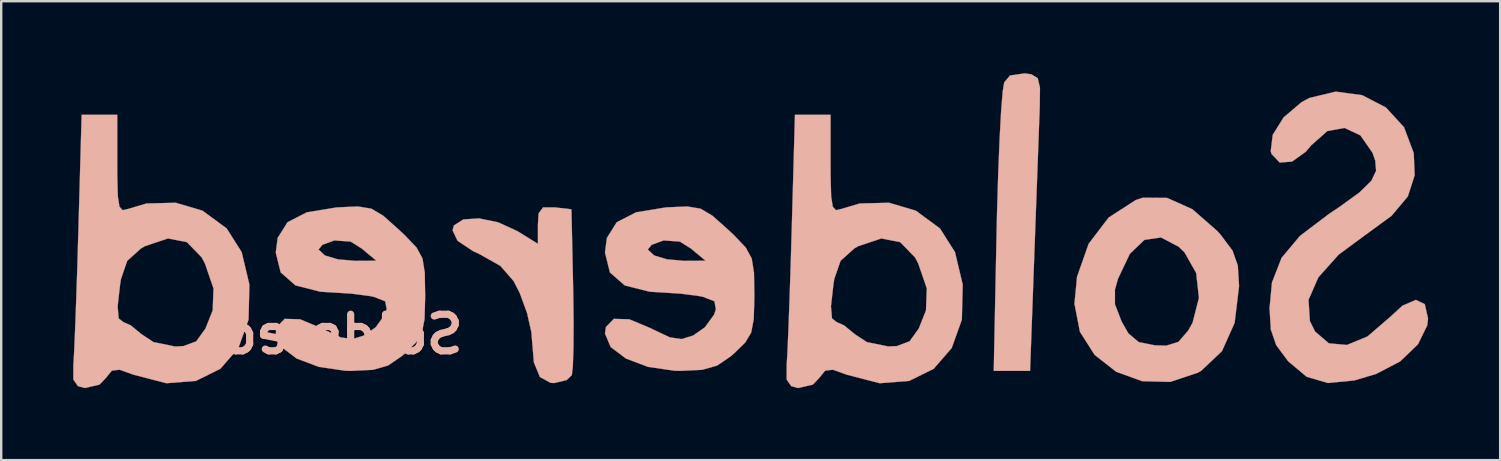
<source format=kicad_pcb>
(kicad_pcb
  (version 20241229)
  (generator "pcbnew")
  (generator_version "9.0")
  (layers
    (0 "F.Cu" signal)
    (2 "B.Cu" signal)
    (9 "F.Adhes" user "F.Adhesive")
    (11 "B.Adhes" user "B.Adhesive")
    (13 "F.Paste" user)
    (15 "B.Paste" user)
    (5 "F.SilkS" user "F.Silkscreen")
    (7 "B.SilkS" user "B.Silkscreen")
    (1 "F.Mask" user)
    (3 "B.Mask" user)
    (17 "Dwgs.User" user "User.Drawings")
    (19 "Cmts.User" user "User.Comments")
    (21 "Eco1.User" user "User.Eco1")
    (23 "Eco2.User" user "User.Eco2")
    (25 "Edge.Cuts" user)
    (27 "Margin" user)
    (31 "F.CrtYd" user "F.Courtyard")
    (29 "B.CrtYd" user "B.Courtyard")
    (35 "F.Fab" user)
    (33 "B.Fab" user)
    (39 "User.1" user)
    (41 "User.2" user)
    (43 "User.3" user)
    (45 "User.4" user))
  (footprint "Soldered"
    (layer "F.Cu")
    (at 28.983 8.807)
    (property "Reference" "Soldered" (at -17.75 2.07 180) (layer "B.SilkS") (effects (font (size 1.524 1.524) (thickness 0.3)) (justify mirror)))
    (attr through_hole)
    (fp_poly (pts (xy 10.044 -8.71) (xy 9.803 -8.421) (xy 9.741 -8.043) (xy 9.676 -7.235) (xy 9.613 -6.078) (xy 9.555 -4.65) (xy 9.506 -3.03) (xy 9.487 -2.184) (xy 9.368 3.594) (xy 10.882 3.594) (xy 11.061 -1.296) (xy 11.12 -2.918) (xy 11.177 -4.453) (xy 11.226 -5.796) (xy 11.264 -6.839) (xy 11.287 -7.455) (xy 11.294 -8.211) (xy 11.201 -8.599) (xy 10.944 -8.758) (xy 10.667 -8.802) (xy 10.044 -8.71)) (stroke (width 0.01) (type solid)) (fill yes) (layer "B.SilkS"))
    (fp_poly (pts (xy -9.408 -3.217) (xy -9.595 -2.965) (xy -9.622 -2.498) (xy -9.622 -1.699) (xy -10.477 -2.227) (xy -11.278 -2.595) (xy -12.073 -2.758) (xy -12.731 -2.715) (xy -13.123 -2.464) (xy -13.178 -2.26) (xy -12.971 -1.825) (xy -12.318 -1.391) (xy -12.027 -1.255) (xy -11.185 -0.778) (xy -10.637 -0.148) (xy -10.382 0.345) (xy -10.074 1.185) (xy -9.895 1.981) (xy -9.878 2.197) (xy -9.791 3.239) (xy -9.54 3.85) (xy -9.097 4.092) (xy -8.949 4.102) (xy -8.428 3.98) (xy -8.209 3.771) (xy -8.167 3.403) (xy -8.141 2.635) (xy -8.135 1.574) (xy -8.15 0.328) (xy -8.154 0.152) (xy -8.225 -3.137) (xy -8.924 -3.217) (xy -9.408 -3.217)) (stroke (width 0.01) (type solid)) (fill yes) (layer "B.SilkS"))
    (fp_poly (pts (xy 15.285 -3.524) (xy 14.153 -2.793) (xy 13.322 -1.7) (xy 12.838 -0.326) (xy 12.731 0.798) (xy 12.958 1.965) (xy 13.57 2.927) (xy 14.467 3.631) (xy 15.55 4.024) (xy 16.719 4.054) (xy 17.874 3.669) (xy 18.016 3.587) (xy 18.878 2.77) (xy 19.406 1.588) (xy 19.53 0.553) (xy 17.917 0.553) (xy 17.652 1.589) (xy 17.471 1.914) (xy 17.064 2.386) (xy 16.554 2.543) (xy 16.08 2.529) (xy 15.408 2.395) (xy 14.98 2.036) (xy 14.697 1.54) (xy 14.418 0.819) (xy 14.419 0.204) (xy 14.543 -0.238) (xy 15.038 -1.282) (xy 15.646 -1.862) (xy 16.336 -1.965) (xy 17.073 -1.577) (xy 17.315 -1.345) (xy 17.802 -0.485) (xy 17.917 0.553) (xy 19.53 0.553) (xy 19.588 0.068) (xy 19.588 0.047) (xy 19.537 -0.795) (xy 19.316 -1.417) (xy 18.829 -2.068) (xy 18.682 -2.233) (xy 17.643 -3.141) (xy 16.59 -3.612) (xy 15.584 -3.621) (xy 15.285 -3.524)) (stroke (width 0.01) (type solid)) (fill yes) (layer "B.SilkS"))
    (fp_poly (pts (xy 22.515 -7.775) (xy 22.186 -7.597) (xy 21.445 -6.965) (xy 20.992 -6.241) (xy 20.908 -5.561) (xy 20.944 -5.439) (xy 21.283 -5.085) (xy 21.796 -5.125) (xy 22.37 -5.536) (xy 22.596 -5.804) (xy 23.267 -6.397) (xy 23.983 -6.527) (xy 24.643 -6.218) (xy 25.148 -5.494) (xy 25.263 -5.169) (xy 25.298 -4.741) (xy 25.099 -4.322) (xy 24.602 -3.838) (xy 23.743 -3.215) (xy 23.326 -2.938) (xy 22.127 -2.03) (xy 21.36 -1.115) (xy 20.96 -0.089) (xy 20.859 0.982) (xy 20.913 1.875) (xy 21.135 2.52) (xy 21.615 3.168) (xy 21.646 3.204) (xy 22.407 3.842) (xy 23.292 4.1) (xy 24.394 3.992) (xy 25.303 3.72) (xy 26.297 3.202) (xy 27.042 2.489) (xy 27.43 1.696) (xy 27.462 1.413) (xy 27.327 0.815) (xy 26.954 0.637) (xy 26.395 0.879) (xy 25.84 1.386) (xy 24.939 2.16) (xy 24.081 2.515) (xy 23.331 2.447) (xy 22.754 1.954) (xy 22.539 1.517) (xy 22.483 0.633) (xy 22.894 -0.306) (xy 23.741 -1.251) (xy 24.817 -2.045) (xy 25.942 -2.866) (xy 26.621 -3.674) (xy 26.905 -4.555) (xy 26.867 -5.478) (xy 26.461 -6.557) (xy 25.707 -7.379) (xy 24.72 -7.891) (xy 23.617 -8.04) (xy 22.515 -7.775)) (stroke (width 0.01) (type solid)) (fill yes) (layer "B.SilkS"))
    (fp_poly (pts (xy -28.766 -2.312) (xy -28.812 -0.742) (xy -28.861 0.709) (xy -28.907 1.942) (xy -28.947 2.859) (xy -28.976 3.34) (xy -28.978 3.954) (xy -28.786 4.23) (xy -28.494 4.309) (xy -27.884 4.165) (xy -27.626 3.895) (xy -27.372 3.584) (xy -27.047 3.547) (xy -26.479 3.752) (xy -25.1 4.109) (xy -23.871 4.012) (xy -22.852 3.508) (xy -22.101 2.643) (xy -21.678 1.463) (xy -21.646 0.161) (xy -23.138 0.161) (xy -23.173 1.076) (xy -23.472 1.829) (xy -23.857 2.364) (xy -24.393 2.562) (xy -24.742 2.578) (xy -25.639 2.395) (xy -26.132 2.07) (xy -26.587 1.697) (xy -26.894 1.562) (xy -27.089 1.408) (xy -27.132 0.904) (xy -27.028 -0.013) (xy -26.992 -0.236) (xy -26.733 -0.989) (xy -26.162 -1.505) (xy -25.995 -1.601) (xy -25.035 -1.923) (xy -24.247 -1.768) (xy -23.633 -1.137) (xy -23.495 -0.879) (xy -23.138 0.161) (xy -21.646 0.161) (xy -21.643 0.014) (xy -21.646 -0.016) (xy -21.963 -1.352) (xy -22.588 -2.338) (xy -23.582 -3.07) (xy -23.61 -3.084) (xy -24.711 -3.41) (xy -25.929 -3.38) (xy -26.703 -3.151) (xy -26.923 -3.1) (xy -27.056 -3.245) (xy -27.123 -3.675) (xy -27.146 -4.48) (xy -27.148 -5.015) (xy -27.148 -7.074) (xy -28.632 -7.074) (xy -28.766 -2.312)) (stroke (width 0.01) (type solid)) (fill yes) (layer "B.SilkS"))
    (fp_poly (pts (xy 0.952 -2.312) (xy 0.906 -0.742) (xy 0.857 0.709) (xy 0.811 1.942) (xy 0.771 2.859) (xy 0.742 3.34) (xy 0.74 3.954) (xy 0.932 4.23) (xy 1.224 4.309) (xy 1.834 4.165) (xy 2.092 3.895) (xy 2.346 3.584) (xy 2.671 3.547) (xy 3.239 3.752) (xy 4.618 4.109) (xy 5.847 4.012) (xy 6.866 3.508) (xy 7.617 2.643) (xy 8.04 1.463) (xy 8.072 0.161) (xy 6.58 0.161) (xy 6.545 1.076) (xy 6.246 1.829) (xy 5.861 2.364) (xy 5.325 2.562) (xy 4.976 2.578) (xy 4.079 2.395) (xy 3.586 2.07) (xy 3.131 1.697) (xy 2.824 1.562) (xy 2.629 1.408) (xy 2.586 0.904) (xy 2.69 -0.013) (xy 2.726 -0.236) (xy 2.985 -0.989) (xy 3.556 -1.505) (xy 3.723 -1.601) (xy 4.683 -1.923) (xy 5.471 -1.768) (xy 6.085 -1.137) (xy 6.223 -0.879) (xy 6.58 0.161) (xy 8.072 0.161) (xy 8.075 0.014) (xy 8.072 -0.016) (xy 7.755 -1.352) (xy 7.13 -2.338) (xy 6.136 -3.07) (xy 6.108 -3.084) (xy 5.007 -3.41) (xy 3.789 -3.38) (xy 3.014 -3.151) (xy 2.795 -3.1) (xy 2.662 -3.245) (xy 2.595 -3.675) (xy 2.572 -4.48) (xy 2.57 -5.015) (xy 2.57 -7.074) (xy 1.086 -7.074) (xy 0.952 -2.312)) (stroke (width 0.01) (type solid)) (fill yes) (layer "B.SilkS"))
    (fp_poly (pts (xy -17.949 -3.219) (xy -18.016 -3.214) (xy -19.251 -3.012) (xy -20.054 -2.599) (xy -20.466 -1.943) (xy -20.544 -1.334) (xy -20.339 -0.507) (xy -19.721 0.035) (xy -18.683 0.297) (xy -18.265 0.322) (xy -17.39 0.377) (xy -16.617 0.478) (xy -16.448 0.513) (xy -15.985 0.695) (xy -15.924 1.019) (xy -15.996 1.247) (xy -16.384 1.781) (xy -16.871 2.121) (xy -17.352 2.27) (xy -17.838 2.199) (xy -18.526 1.877) (xy -18.623 1.825) (xy -19.531 1.445) (xy -20.173 1.427) (xy -20.506 1.766) (xy -20.544 2.041) (xy -20.308 2.6) (xy -19.674 3.08) (xy -18.75 3.428) (xy -17.644 3.589) (xy -17.407 3.594) (xy -16.497 3.551) (xy -15.871 3.373) (xy -15.306 2.989) (xy -15.151 2.853) (xy -14.703 2.415) (xy -14.454 2.001) (xy -14.346 1.44) (xy -14.321 0.563) (xy -14.321 0.422) (xy -14.336 -0.495) (xy -14.416 -0.995) (xy -16.353 -0.995) (xy -17.242 -0.99) (xy -17.956 -1.052) (xy -18.482 -1.209) (xy -18.505 -1.222) (xy -18.761 -1.462) (xy -18.6 -1.658) (xy -18.103 -1.841) (xy -17.424 -1.791) (xy -16.96 -1.5) (xy -16.353 -0.995) (xy -14.416 -0.995) (xy -14.431 -1.089) (xy -14.68 -1.546) (xy -15.16 -2.05) (xy -15.422 -2.295) (xy -16.066 -2.869) (xy -16.56 -3.163) (xy -17.116 -3.255) (xy -17.949 -3.219)) (stroke (width 0.01) (type solid)) (fill yes) (layer "B.SilkS"))
    (fp_poly (pts (xy -4.233 -3.219) (xy -4.3 -3.214) (xy -5.535 -3.012) (xy -6.338 -2.599) (xy -6.75 -1.943) (xy -6.828 -1.334) (xy -6.623 -0.507) (xy -6.005 0.035) (xy -4.967 0.297) (xy -4.549 0.322) (xy -3.674 0.377) (xy -2.901 0.478) (xy -2.732 0.513) (xy -2.269 0.695) (xy -2.208 1.019) (xy -2.28 1.247) (xy -2.668 1.781) (xy -3.155 2.121) (xy -3.636 2.27) (xy -4.122 2.199) (xy -4.81 1.877) (xy -4.907 1.825) (xy -5.815 1.445) (xy -6.457 1.427) (xy -6.79 1.766) (xy -6.828 2.041) (xy -6.592 2.6) (xy -5.958 3.08) (xy -5.034 3.428) (xy -3.928 3.589) (xy -3.691 3.594) (xy -2.781 3.551) (xy -2.155 3.373) (xy -1.59 2.989) (xy -1.435 2.853) (xy -0.987 2.415) (xy -0.738 2.001) (xy -0.63 1.44) (xy -0.605 0.563) (xy -0.605 0.422) (xy -0.62 -0.495) (xy -0.7 -0.995) (xy -2.637 -0.995) (xy -3.526 -0.99) (xy -4.24 -1.052) (xy -4.766 -1.209) (xy -4.789 -1.222) (xy -5.045 -1.462) (xy -4.884 -1.658) (xy -4.387 -1.841) (xy -3.708 -1.791) (xy -3.244 -1.5) (xy -2.637 -0.995) (xy -0.7 -0.995) (xy -0.715 -1.089) (xy -0.964 -1.546) (xy -1.444 -2.05) (xy -1.706 -2.295) (xy -2.35 -2.869) (xy -2.844 -3.163) (xy -3.4 -3.255) (xy -4.233 -3.219)) (stroke (width 0.01) (type solid)) (fill yes) (layer "B.SilkS")))
  (gr_rect
    (start -3 -3)
    (end 59.45 16.121)
    (stroke (width 0.1) (type default))
    (fill no)
    (layer "Edge.Cuts")))
</source>
